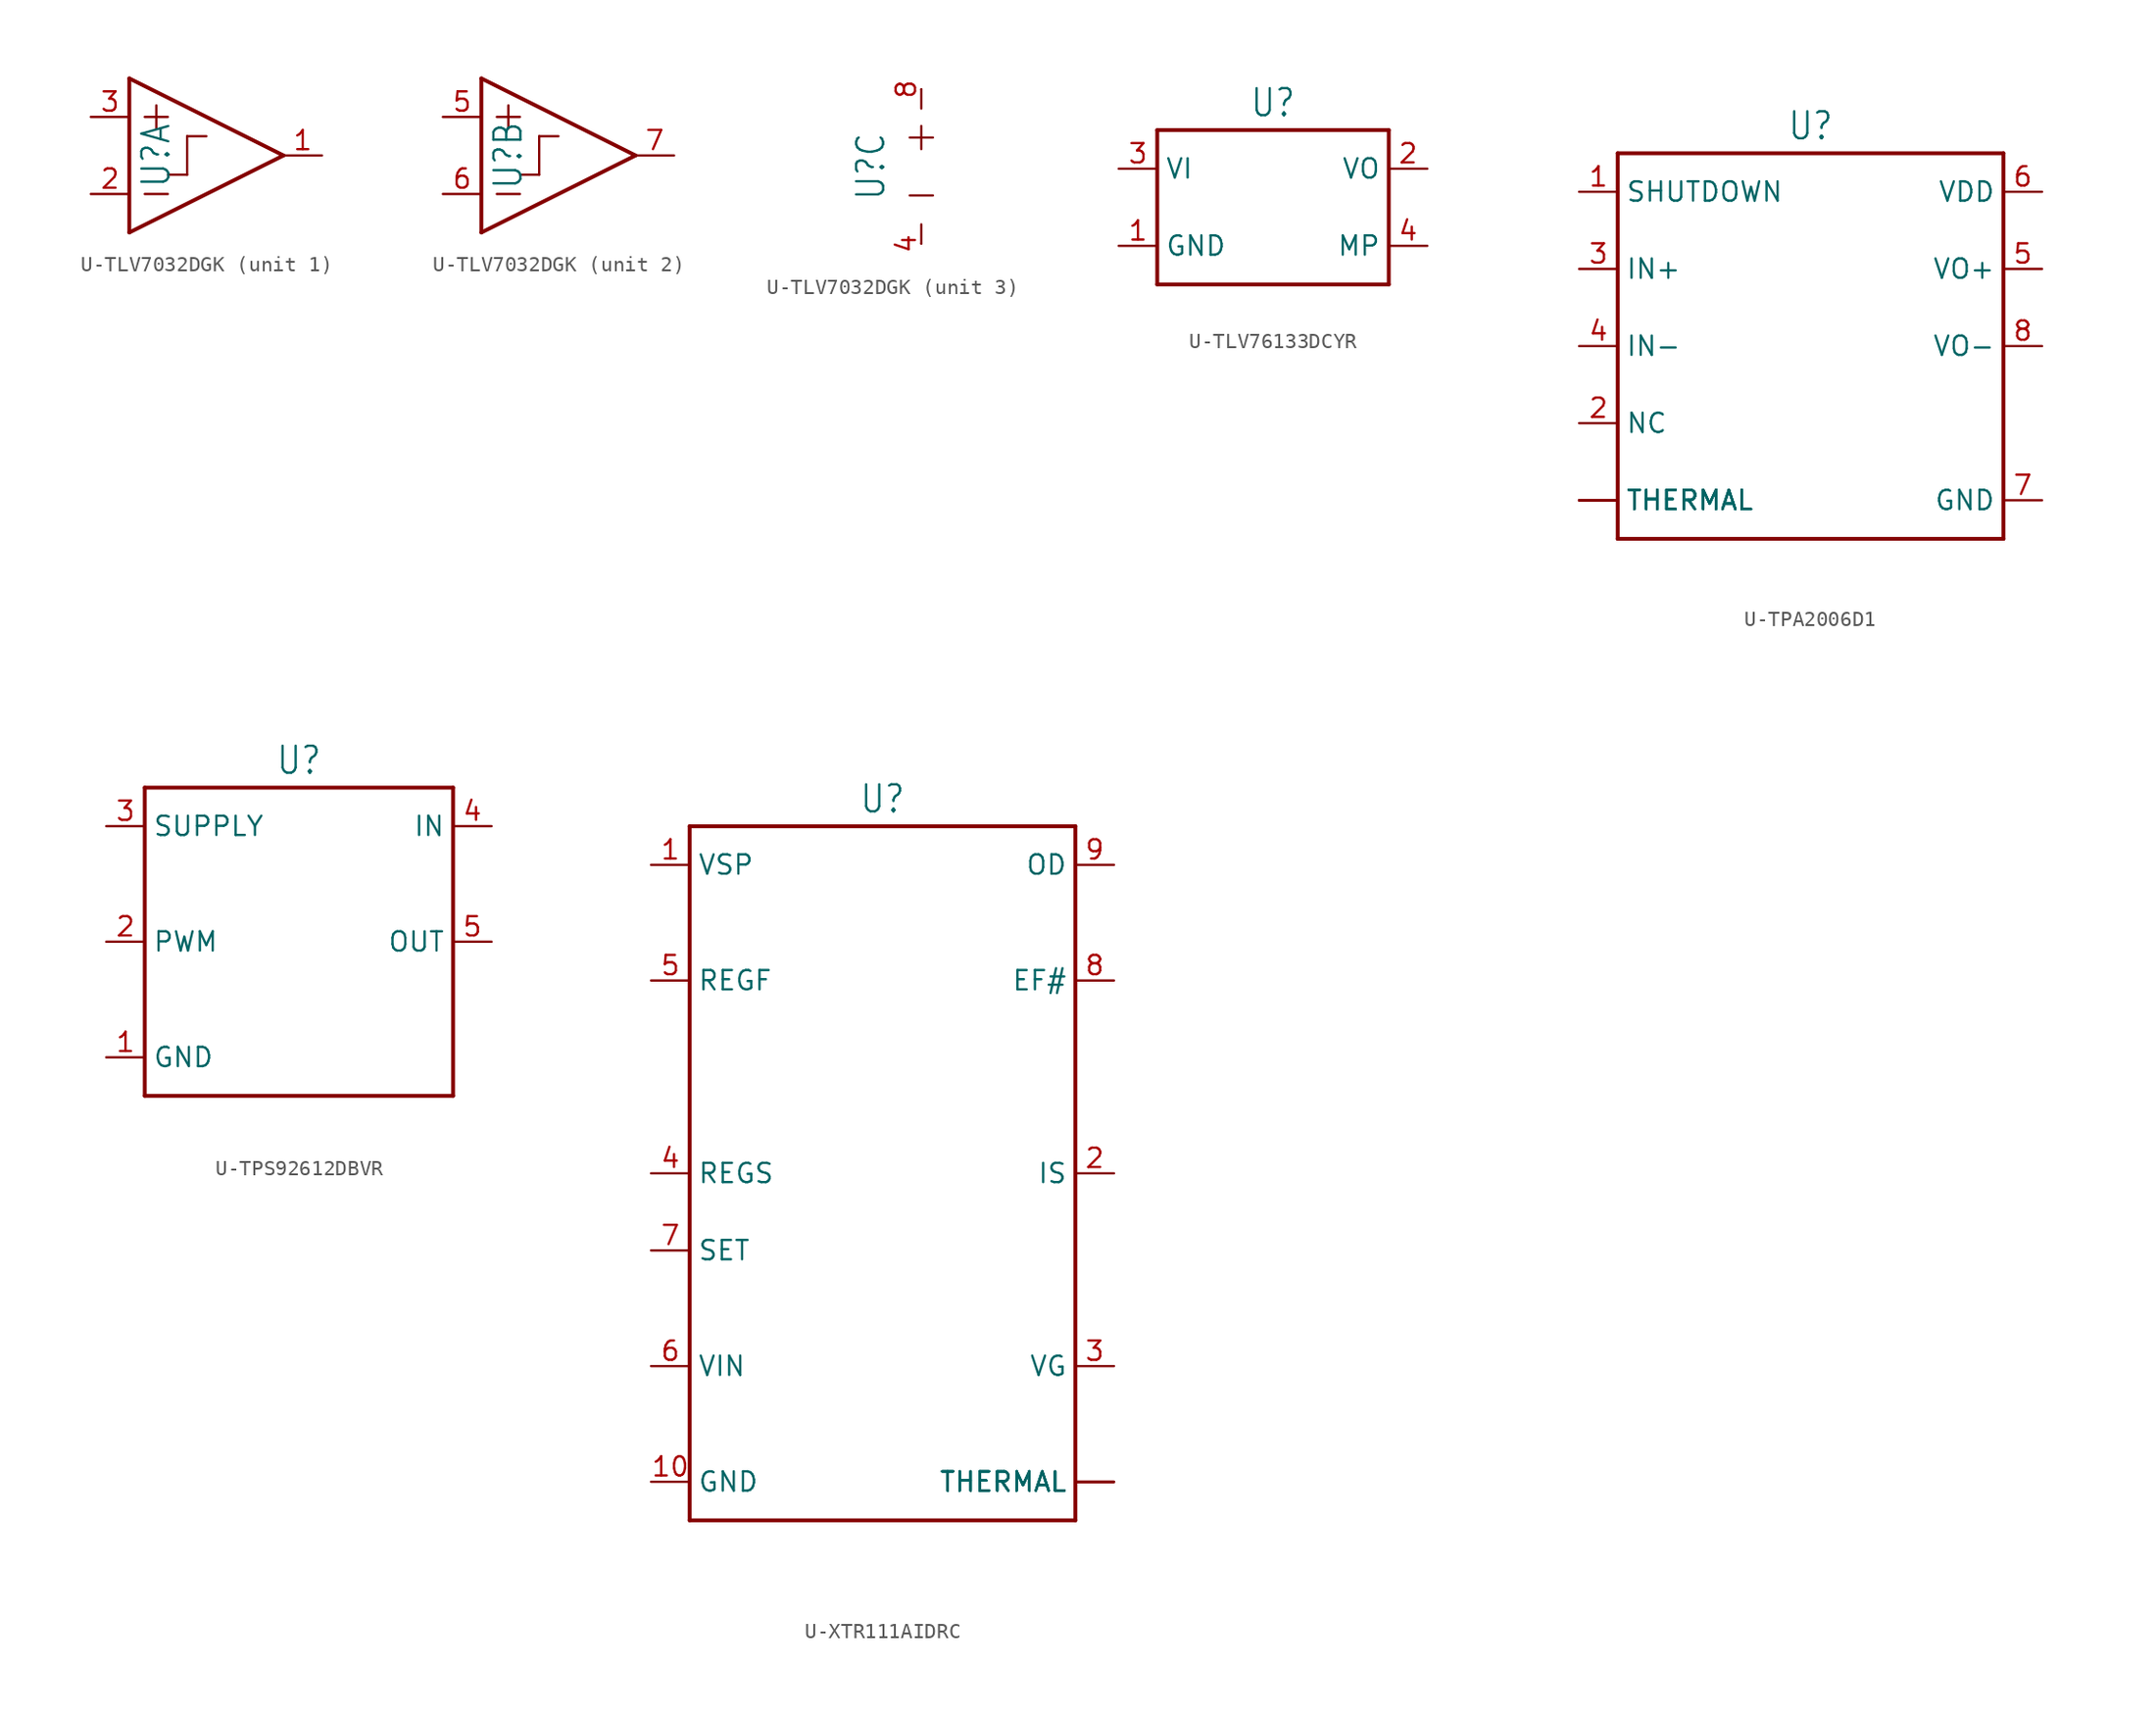
<source format=kicad_sym>
(kicad_symbol_lib
  (version 20231120)
  (generator "kicad_symbol_editor")
  (generator_version "8.0")
  (symbol "U-TLV7032DGK"
    (property "Reference" "U"
      (at -2.286 0 90)
      (effects (font (size 1.778 1.511)) (justify bottom)))
    (property "ki_locked" ""
      (at 0 0 0)
      (effects (font (size 1.27 1.27))))
    (symbol "U-TLV7032DGK_1_0"
      (polyline (pts (xy -5.08 -5.08) (xy 5.08 0)) (stroke (width 0.254) (type solid)) (fill (type none)))
      (polyline (pts (xy -5.08 5.08) (xy -5.08 -5.08)) (stroke (width 0.254) (type solid)) (fill (type none)))
      (polyline (pts (xy -4.064 -2.54) (xy -2.54 -2.54)) (stroke (width 0.152) (type solid)) (fill (type none)))
      (polyline (pts (xy -4.064 2.54) (xy -2.54 2.54)) (stroke (width 0.152) (type solid)) (fill (type none)))
      (polyline (pts (xy -3.302 3.302) (xy -3.302 1.778)) (stroke (width 0.152) (type solid)) (fill (type none)))
      (polyline (pts (xy -2.54 -1.27) (xy -1.27 -1.27)) (stroke (width 0.152) (type solid)) (fill (type none)))
      (polyline (pts (xy -1.27 -1.27) (xy -1.27 1.27)) (stroke (width 0.152) (type solid)) (fill (type none)))
      (polyline (pts (xy -1.27 1.27) (xy 0 1.27)) (stroke (width 0.152) (type solid)) (fill (type none)))
      (polyline (pts (xy 5.08 0) (xy -5.08 5.08)) (stroke (width 0.254) (type solid)) (fill (type none)))
      (pin passive line (at 7.62 0 180) (length 2.54) (name "OUT" (effects (font (size 0 0)))) (number "1" (effects (font (size 1.27 1.27)))))
      (pin passive line (at -7.62 -2.54 0) (length 2.54) (name "IN-" (effects (font (size 0 0)))) (number "2" (effects (font (size 1.27 1.27)))))
      (pin passive line (at -7.62 2.54 0) (length 2.54) (name "IN+" (effects (font (size 0 0)))) (number "3" (effects (font (size 1.27 1.27))))))
    (symbol "U-TLV7032DGK_2_0"
      (polyline (pts (xy -5.08 -5.08) (xy 5.08 0)) (stroke (width 0.254) (type solid)) (fill (type none)))
      (polyline (pts (xy -5.08 5.08) (xy -5.08 -5.08)) (stroke (width 0.254) (type solid)) (fill (type none)))
      (polyline (pts (xy -4.064 -2.54) (xy -2.54 -2.54)) (stroke (width 0.152) (type solid)) (fill (type none)))
      (polyline (pts (xy -4.064 2.54) (xy -2.54 2.54)) (stroke (width 0.152) (type solid)) (fill (type none)))
      (polyline (pts (xy -3.302 3.302) (xy -3.302 1.778)) (stroke (width 0.152) (type solid)) (fill (type none)))
      (polyline (pts (xy -2.54 -1.27) (xy -1.27 -1.27)) (stroke (width 0.152) (type solid)) (fill (type none)))
      (polyline (pts (xy -1.27 -1.27) (xy -1.27 1.27)) (stroke (width 0.152) (type solid)) (fill (type none)))
      (polyline (pts (xy -1.27 1.27) (xy 0 1.27)) (stroke (width 0.152) (type solid)) (fill (type none)))
      (polyline (pts (xy 5.08 0) (xy -5.08 5.08)) (stroke (width 0.254) (type solid)) (fill (type none)))
      (pin passive line (at -7.62 2.54 0) (length 2.54) (name "IN+" (effects (font (size 0 0)))) (number "5" (effects (font (size 1.27 1.27)))))
      (pin passive line (at -7.62 -2.54 0) (length 2.54) (name "IN-" (effects (font (size 0 0)))) (number "6" (effects (font (size 1.27 1.27)))))
      (pin passive line (at 7.62 0 180) (length 2.54) (name "OUT" (effects (font (size 0 0)))) (number "7" (effects (font (size 1.27 1.27))))))
    (symbol "U-TLV7032DGK_3_0"
      (polyline (pts (xy -0.762 -1.905) (xy 0.762 -1.905)) (stroke (width 0.152) (type solid)) (fill (type none)))
      (polyline (pts (xy -0.762 1.905) (xy 0.762 1.905)) (stroke (width 0.152) (type solid)) (fill (type none)))
      (polyline (pts (xy 0 -5.08) (xy 0 -3.81)) (stroke (width 0.152) (type solid)) (fill (type none)))
      (polyline (pts (xy 0 2.667) (xy 0 1.143)) (stroke (width 0.152) (type solid)) (fill (type none)))
      (polyline (pts (xy 0 5.08) (xy 0 3.81)) (stroke (width 0.152) (type solid)) (fill (type none)))
      (pin passive line (at 0 -5.08 90) (length 0) (name "V-" (effects (font (size 0 0)))) (number "4" (effects (font (size 1.27 1.27)))))
      (pin passive line (at 0 5.08 270) (length 0) (name "V+" (effects (font (size 0 0)))) (number "8" (effects (font (size 1.27 1.27)))))))
  (symbol "U-TLV76133DCYR"
    (property "Reference" "U"
      (at 0 5.842 0)
      (effects (font (size 1.778 1.511)) (justify bottom)))
    (property "Value" ""
      (at 0 -5.842 0)
      (effects (font (size 1.778 1.511)) (justify top)))
    (property "ki_locked" ""
      (at 0 0 0)
      (effects (font (size 1.27 1.27))))
    (symbol "U-TLV76133DCYR_1_0"
      (polyline (pts (xy -7.62 -5.08) (xy 7.62 -5.08)) (stroke (width 0.254) (type solid)) (fill (type none)))
      (polyline (pts (xy -7.62 5.08) (xy -7.62 -5.08)) (stroke (width 0.254) (type solid)) (fill (type none)))
      (polyline (pts (xy 7.62 -5.08) (xy 7.62 5.08)) (stroke (width 0.254) (type solid)) (fill (type none)))
      (polyline (pts (xy 7.62 5.08) (xy -7.62 5.08)) (stroke (width 0.254) (type solid)) (fill (type none)))
      (pin passive line (at -10.16 -2.54 0) (length 2.54) (name "GND" (effects (font (size 1.27 1.27)))) (number "1" (effects (font (size 1.27 1.27)))))
      (pin passive line (at 10.16 2.54 180) (length 2.54) (name "VO" (effects (font (size 1.27 1.27)))) (number "2" (effects (font (size 1.27 1.27)))))
      (pin passive line (at -10.16 2.54 0) (length 2.54) (name "VI" (effects (font (size 1.27 1.27)))) (number "3" (effects (font (size 1.27 1.27)))))
      (pin passive line (at 10.16 -2.54 180) (length 2.54) (name "MP" (effects (font (size 1.27 1.27)))) (number "4" (effects (font (size 1.27 1.27)))))))
  (symbol "U-TPA2006D1"
    (property "Reference" "U"
      (at 0 13.462 0)
      (effects (font (size 1.778 1.511)) (justify bottom)))
    (property "Value" ""
      (at 0 -13.462 0)
      (effects (font (size 1.778 1.511)) (justify top)))
    (property "ki_locked" ""
      (at 0 0 0)
      (effects (font (size 1.27 1.27))))
    (symbol "U-TPA2006D1_1_0"
      (polyline (pts (xy -12.7 -12.7) (xy -12.7 12.7)) (stroke (width 0.254) (type solid)) (fill (type none)))
      (polyline (pts (xy -12.7 12.7) (xy 12.7 12.7)) (stroke (width 0.254) (type solid)) (fill (type none)))
      (polyline (pts (xy 12.7 -12.7) (xy -12.7 -12.7)) (stroke (width 0.254) (type solid)) (fill (type none)))
      (polyline (pts (xy 12.7 12.7) (xy 12.7 -12.7)) (stroke (width 0.254) (type solid)) (fill (type none)))
      (pin passive line (at -15.24 10.16 0) (length 2.54) (name "SHUTDOWN" (effects (font (size 1.27 1.27)))) (number "1" (effects (font (size 1.27 1.27)))))
      (pin passive line (at -15.24 -5.08 0) (length 2.54) (name "NC" (effects (font (size 1.27 1.27)))) (number "2" (effects (font (size 1.27 1.27)))))
      (pin passive line (at -15.24 5.08 0) (length 2.54) (name "IN+" (effects (font (size 1.27 1.27)))) (number "3" (effects (font (size 1.27 1.27)))))
      (pin passive line (at -15.24 0 0) (length 2.54) (name "IN-" (effects (font (size 1.27 1.27)))) (number "4" (effects (font (size 1.27 1.27)))))
      (pin passive line (at 15.24 5.08 180) (length 2.54) (name "VO+" (effects (font (size 1.27 1.27)))) (number "5" (effects (font (size 1.27 1.27)))))
      (pin passive line (at 15.24 10.16 180) (length 2.54) (name "VDD" (effects (font (size 1.27 1.27)))) (number "6" (effects (font (size 1.27 1.27)))))
      (pin passive line (at 15.24 -10.16 180) (length 2.54) (name "GND" (effects (font (size 1.27 1.27)))) (number "7" (effects (font (size 1.27 1.27)))))
      (pin passive line (at 15.24 0 180) (length 2.54) (name "VO-" (effects (font (size 1.27 1.27)))) (number "8" (effects (font (size 1.27 1.27)))))
      (pin passive line (at -15.24 -10.16 0) (length 2.54) (name "THERMAL" (effects (font (size 1.27 1.27)))) (number "TH" (effects (font (size 0 0)))))
      (pin passive line (at -15.24 -10.16 0) (length 2.54) (name "THERMAL" (effects (font (size 1.27 1.27)))) (number "TH1" (effects (font (size 0 0)))))
      (pin passive line (at -15.24 -10.16 0) (length 2.54) (name "THERMAL" (effects (font (size 1.27 1.27)))) (number "TH2" (effects (font (size 0 0)))))
      (pin passive line (at -15.24 -10.16 0) (length 2.54) (name "THERMAL" (effects (font (size 1.27 1.27)))) (number "TH3" (effects (font (size 0 0)))))
      (pin passive line (at -15.24 -10.16 0) (length 2.54) (name "THERMAL" (effects (font (size 1.27 1.27)))) (number "TH4" (effects (font (size 0 0)))))))
  (symbol "U-TPS92612DBVR"
    (property "Reference" "U"
      (at 0 10.922 0)
      (effects (font (size 1.778 1.511)) (justify bottom)))
    (property "Value" ""
      (at 0 -10.922 0)
      (effects (font (size 1.778 1.511)) (justify top)))
    (property "ki_locked" ""
      (at 0 0 0)
      (effects (font (size 1.27 1.27))))
    (symbol "U-TPS92612DBVR_1_0"
      (polyline (pts (xy -10.16 -10.16) (xy 10.16 -10.16)) (stroke (width 0.254) (type solid)) (fill (type none)))
      (polyline (pts (xy -10.16 10.16) (xy -10.16 -10.16)) (stroke (width 0.254) (type solid)) (fill (type none)))
      (polyline (pts (xy 10.16 -10.16) (xy 10.16 10.16)) (stroke (width 0.254) (type solid)) (fill (type none)))
      (polyline (pts (xy 10.16 10.16) (xy -10.16 10.16)) (stroke (width 0.254) (type solid)) (fill (type none)))
      (pin passive line (at -12.7 -7.62 0) (length 2.54) (name "GND" (effects (font (size 1.27 1.27)))) (number "1" (effects (font (size 1.27 1.27)))))
      (pin passive line (at -12.7 0 0) (length 2.54) (name "PWM" (effects (font (size 1.27 1.27)))) (number "2" (effects (font (size 1.27 1.27)))))
      (pin passive line (at -12.7 7.62 0) (length 2.54) (name "SUPPLY" (effects (font (size 1.27 1.27)))) (number "3" (effects (font (size 1.27 1.27)))))
      (pin passive line (at 12.7 7.62 180) (length 2.54) (name "IN" (effects (font (size 1.27 1.27)))) (number "4" (effects (font (size 1.27 1.27)))))
      (pin passive line (at 12.7 0 180) (length 2.54) (name "OUT" (effects (font (size 1.27 1.27)))) (number "5" (effects (font (size 1.27 1.27)))))))
  (symbol "U-XTR111AIDRC"
    (property "Reference" "U"
      (at 0 21.082 0)
      (effects (font (size 1.778 1.511)) (justify bottom)))
    (property "Value" ""
      (at 0 -26.162 0)
      (effects (font (size 1.778 1.511)) (justify top)))
    (property "ki_locked" ""
      (at 0 0 0)
      (effects (font (size 1.27 1.27))))
    (symbol "U-XTR111AIDRC_1_0"
      (polyline (pts (xy -12.7 -25.4) (xy 12.7 -25.4)) (stroke (width 0.254) (type solid)) (fill (type none)))
      (polyline (pts (xy -12.7 20.32) (xy -12.7 -25.4)) (stroke (width 0.254) (type solid)) (fill (type none)))
      (polyline (pts (xy 12.7 -25.4) (xy 12.7 20.32)) (stroke (width 0.254) (type solid)) (fill (type none)))
      (polyline (pts (xy 12.7 20.32) (xy -12.7 20.32)) (stroke (width 0.254) (type solid)) (fill (type none)))
      (pin passive line (at -15.24 17.78 0) (length 2.54) (name "VSP" (effects (font (size 1.27 1.27)))) (number "1" (effects (font (size 1.27 1.27)))))
      (pin passive line (at -15.24 -22.86 0) (length 2.54) (name "GND" (effects (font (size 1.27 1.27)))) (number "10" (effects (font (size 1.27 1.27)))))
      (pin passive line (at 15.24 -2.54 180) (length 2.54) (name "IS" (effects (font (size 1.27 1.27)))) (number "2" (effects (font (size 1.27 1.27)))))
      (pin passive line (at 15.24 -15.24 180) (length 2.54) (name "VG" (effects (font (size 1.27 1.27)))) (number "3" (effects (font (size 1.27 1.27)))))
      (pin passive line (at -15.24 -2.54 0) (length 2.54) (name "REGS" (effects (font (size 1.27 1.27)))) (number "4" (effects (font (size 1.27 1.27)))))
      (pin passive line (at -15.24 10.16 0) (length 2.54) (name "REGF" (effects (font (size 1.27 1.27)))) (number "5" (effects (font (size 1.27 1.27)))))
      (pin passive line (at -15.24 -15.24 0) (length 2.54) (name "VIN" (effects (font (size 1.27 1.27)))) (number "6" (effects (font (size 1.27 1.27)))))
      (pin passive line (at -15.24 -7.62 0) (length 2.54) (name "SET" (effects (font (size 1.27 1.27)))) (number "7" (effects (font (size 1.27 1.27)))))
      (pin passive line (at 15.24 10.16 180) (length 2.54) (name "EF#" (effects (font (size 1.27 1.27)))) (number "8" (effects (font (size 1.27 1.27)))))
      (pin passive line (at 15.24 17.78 180) (length 2.54) (name "OD" (effects (font (size 1.27 1.27)))) (number "9" (effects (font (size 1.27 1.27)))))
      (pin passive line (at 15.24 -22.86 180) (length 2.54) (name "THERMAL" (effects (font (size 1.27 1.27)))) (number "TH0" (effects (font (size 0 0)))))
      (pin passive line (at 15.24 -22.86 180) (length 2.54) (name "THERMAL" (effects (font (size 1.27 1.27)))) (number "TH1" (effects (font (size 0 0)))))
      (pin passive line (at 15.24 -22.86 180) (length 2.54) (name "THERMAL" (effects (font (size 1.27 1.27)))) (number "TH2" (effects (font (size 0 0)))))
      (pin passive line (at 15.24 -22.86 180) (length 2.54) (name "THERMAL" (effects (font (size 1.27 1.27)))) (number "TH3" (effects (font (size 0 0)))))
      (pin passive line (at 15.24 -22.86 180) (length 2.54) (name "THERMAL" (effects (font (size 1.27 1.27)))) (number "TH4" (effects (font (size 0 0))))))))
</source>
